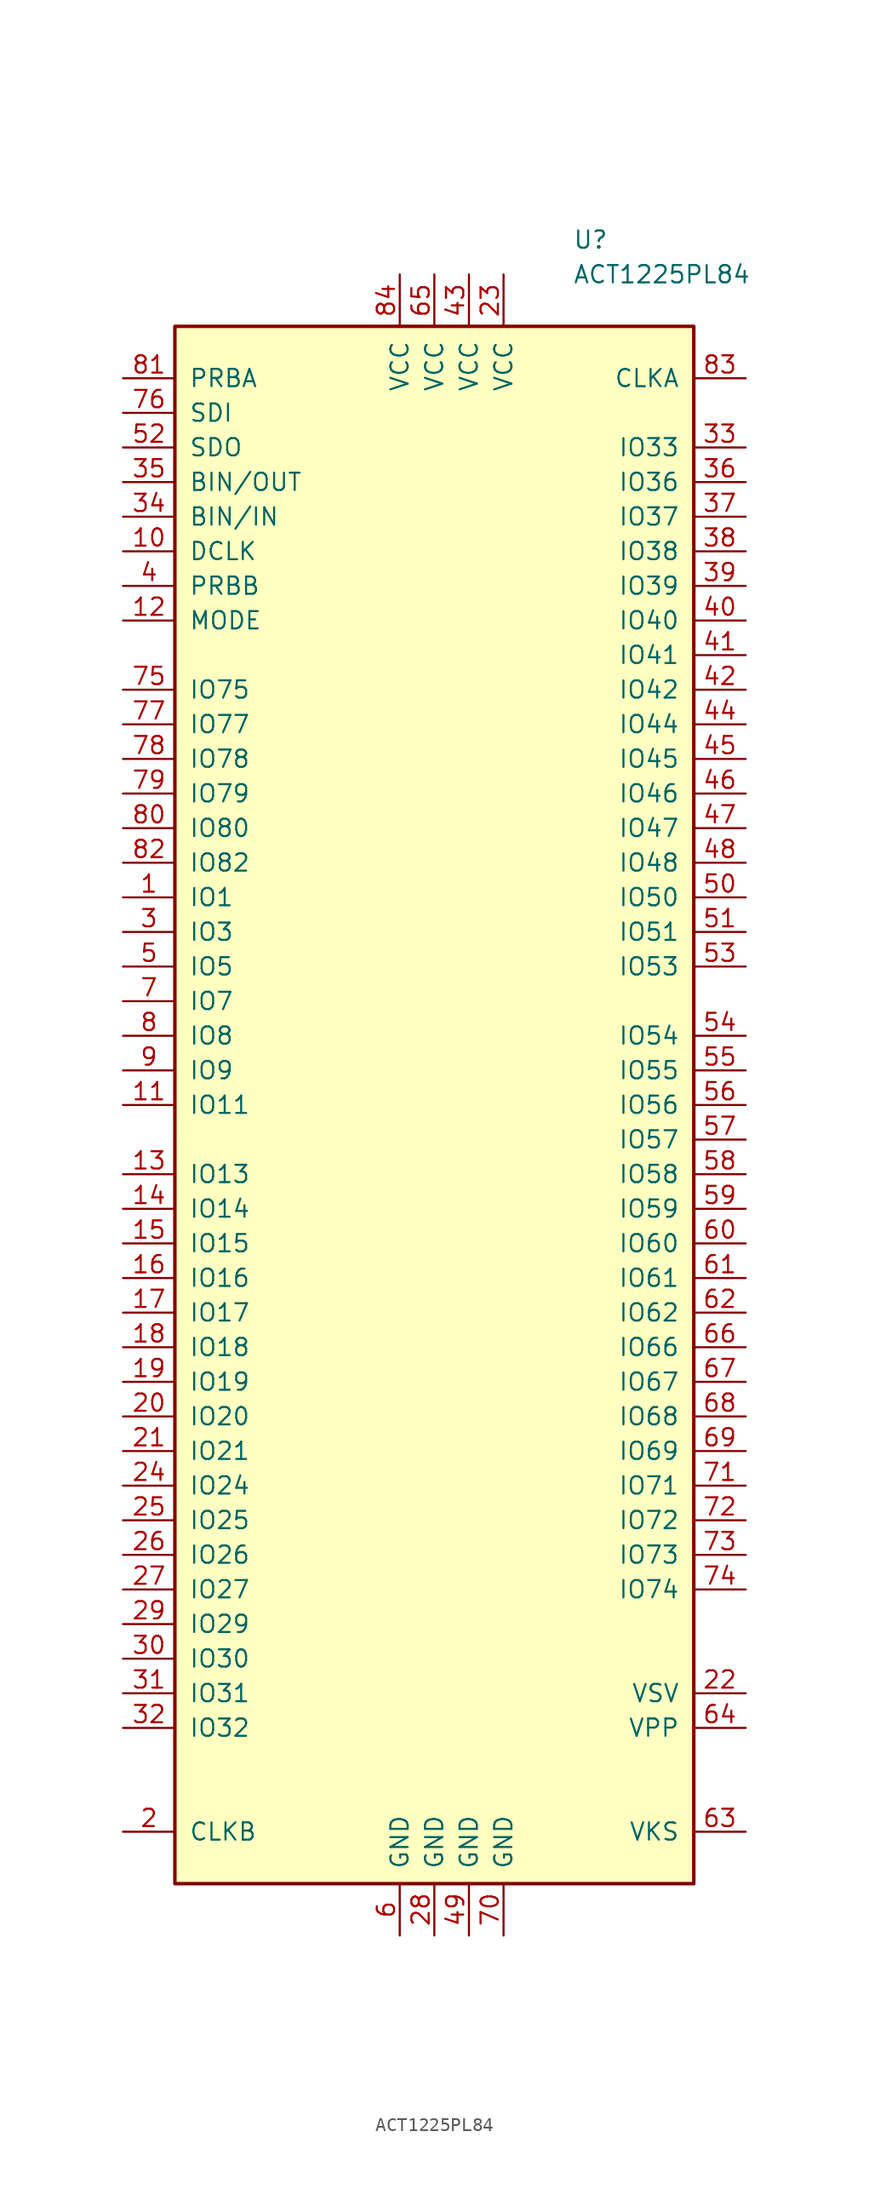
<source format=kicad_sym>
(kicad_symbol_lib
  (version 20231120)
  (generator "kicad_symbol_editor")
  (generator_version "8.0")
  (symbol "ACT1225PL84"
    (pin_names
      (offset 1.016))
    (property "Reference" "U"
      (at 10.16 63.5 0)
      (effects (font (size 1.27 1.27)) (justify left)))
    (property "Value" "ACT1225PL84"
      (at 10.16 60.96 0)
      (effects (font (size 1.27 1.27)) (justify left)))
    (symbol "ACT1225PL84_0_1"
      (rectangle (start -19.05 -57.15) (end 19.05 57.15) (stroke (width 0.254) (type default)) (fill (type background))))
    (symbol "ACT1225PL84_1_1"
      (pin input line (at -22.86 15.24 0) (length 3.81) (name "IO1" (effects (font (size 1.27 1.27)))) (number "1" (effects (font (size 1.27 1.27)))))
      (pin input line (at -22.86 40.64 0) (length 3.81) (name "DCLK" (effects (font (size 1.27 1.27)))) (number "10" (effects (font (size 1.27 1.27)))))
      (pin input line (at -22.86 0 0) (length 3.81) (name "IO11" (effects (font (size 1.27 1.27)))) (number "11" (effects (font (size 1.27 1.27)))))
      (pin input line (at -22.86 35.56 0) (length 3.81) (name "MODE" (effects (font (size 1.27 1.27)))) (number "12" (effects (font (size 1.27 1.27)))))
      (pin input line (at -22.86 -5.08 0) (length 3.81) (name "IO13" (effects (font (size 1.27 1.27)))) (number "13" (effects (font (size 1.27 1.27)))))
      (pin input line (at -22.86 -7.62 0) (length 3.81) (name "IO14" (effects (font (size 1.27 1.27)))) (number "14" (effects (font (size 1.27 1.27)))))
      (pin input line (at -22.86 -10.16 0) (length 3.81) (name "IO15" (effects (font (size 1.27 1.27)))) (number "15" (effects (font (size 1.27 1.27)))))
      (pin input line (at -22.86 -12.7 0) (length 3.81) (name "IO16" (effects (font (size 1.27 1.27)))) (number "16" (effects (font (size 1.27 1.27)))))
      (pin input line (at -22.86 -15.24 0) (length 3.81) (name "IO17" (effects (font (size 1.27 1.27)))) (number "17" (effects (font (size 1.27 1.27)))))
      (pin input line (at -22.86 -17.78 0) (length 3.81) (name "IO18" (effects (font (size 1.27 1.27)))) (number "18" (effects (font (size 1.27 1.27)))))
      (pin input line (at -22.86 -20.32 0) (length 3.81) (name "IO19" (effects (font (size 1.27 1.27)))) (number "19" (effects (font (size 1.27 1.27)))))
      (pin input line (at -22.86 -53.34 0) (length 3.81) (name "CLKB" (effects (font (size 1.27 1.27)))) (number "2" (effects (font (size 1.27 1.27)))))
      (pin input line (at -22.86 -22.86 0) (length 3.81) (name "IO20" (effects (font (size 1.27 1.27)))) (number "20" (effects (font (size 1.27 1.27)))))
      (pin input line (at -22.86 -25.4 0) (length 3.81) (name "IO21" (effects (font (size 1.27 1.27)))) (number "21" (effects (font (size 1.27 1.27)))))
      (pin passive line (at 22.86 -43.18 180) (length 3.81) (name "VSV" (effects (font (size 1.27 1.27)))) (number "22" (effects (font (size 1.27 1.27)))))
      (pin power_in line (at 5.08 60.96 270) (length 3.81) (name "VCC" (effects (font (size 1.27 1.27)))) (number "23" (effects (font (size 1.27 1.27)))))
      (pin input line (at -22.86 -27.94 0) (length 3.81) (name "IO24" (effects (font (size 1.27 1.27)))) (number "24" (effects (font (size 1.27 1.27)))))
      (pin input line (at -22.86 -30.48 0) (length 3.81) (name "IO25" (effects (font (size 1.27 1.27)))) (number "25" (effects (font (size 1.27 1.27)))))
      (pin input line (at -22.86 -33.02 0) (length 3.81) (name "IO26" (effects (font (size 1.27 1.27)))) (number "26" (effects (font (size 1.27 1.27)))))
      (pin input line (at -22.86 -35.56 0) (length 3.81) (name "IO27" (effects (font (size 1.27 1.27)))) (number "27" (effects (font (size 1.27 1.27)))))
      (pin power_in line (at 0 -60.96 90) (length 3.81) (name "GND" (effects (font (size 1.27 1.27)))) (number "28" (effects (font (size 1.27 1.27)))))
      (pin input line (at -22.86 -38.1 0) (length 3.81) (name "IO29" (effects (font (size 1.27 1.27)))) (number "29" (effects (font (size 1.27 1.27)))))
      (pin input line (at -22.86 12.7 0) (length 3.81) (name "IO3" (effects (font (size 1.27 1.27)))) (number "3" (effects (font (size 1.27 1.27)))))
      (pin input line (at -22.86 -40.64 0) (length 3.81) (name "IO30" (effects (font (size 1.27 1.27)))) (number "30" (effects (font (size 1.27 1.27)))))
      (pin input line (at -22.86 -43.18 0) (length 3.81) (name "IO31" (effects (font (size 1.27 1.27)))) (number "31" (effects (font (size 1.27 1.27)))))
      (pin input line (at -22.86 -45.72 0) (length 3.81) (name "IO32" (effects (font (size 1.27 1.27)))) (number "32" (effects (font (size 1.27 1.27)))))
      (pin input line (at 22.86 48.26 180) (length 3.81) (name "IO33" (effects (font (size 1.27 1.27)))) (number "33" (effects (font (size 1.27 1.27)))))
      (pin input line (at -22.86 43.18 0) (length 3.81) (name "BIN/IN" (effects (font (size 1.27 1.27)))) (number "34" (effects (font (size 1.27 1.27)))))
      (pin input line (at -22.86 45.72 0) (length 3.81) (name "BIN/OUT" (effects (font (size 1.27 1.27)))) (number "35" (effects (font (size 1.27 1.27)))))
      (pin input line (at 22.86 45.72 180) (length 3.81) (name "IO36" (effects (font (size 1.27 1.27)))) (number "36" (effects (font (size 1.27 1.27)))))
      (pin input line (at 22.86 43.18 180) (length 3.81) (name "IO37" (effects (font (size 1.27 1.27)))) (number "37" (effects (font (size 1.27 1.27)))))
      (pin input line (at 22.86 40.64 180) (length 3.81) (name "IO38" (effects (font (size 1.27 1.27)))) (number "38" (effects (font (size 1.27 1.27)))))
      (pin input line (at 22.86 38.1 180) (length 3.81) (name "IO39" (effects (font (size 1.27 1.27)))) (number "39" (effects (font (size 1.27 1.27)))))
      (pin input line (at -22.86 38.1 0) (length 3.81) (name "PRBB" (effects (font (size 1.27 1.27)))) (number "4" (effects (font (size 1.27 1.27)))))
      (pin input line (at 22.86 35.56 180) (length 3.81) (name "IO40" (effects (font (size 1.27 1.27)))) (number "40" (effects (font (size 1.27 1.27)))))
      (pin input line (at 22.86 33.02 180) (length 3.81) (name "IO41" (effects (font (size 1.27 1.27)))) (number "41" (effects (font (size 1.27 1.27)))))
      (pin input line (at 22.86 30.48 180) (length 3.81) (name "IO42" (effects (font (size 1.27 1.27)))) (number "42" (effects (font (size 1.27 1.27)))))
      (pin power_in line (at 2.54 60.96 270) (length 3.81) (name "VCC" (effects (font (size 1.27 1.27)))) (number "43" (effects (font (size 1.27 1.27)))))
      (pin input line (at 22.86 27.94 180) (length 3.81) (name "IO44" (effects (font (size 1.27 1.27)))) (number "44" (effects (font (size 1.27 1.27)))))
      (pin input line (at 22.86 25.4 180) (length 3.81) (name "IO45" (effects (font (size 1.27 1.27)))) (number "45" (effects (font (size 1.27 1.27)))))
      (pin input line (at 22.86 22.86 180) (length 3.81) (name "IO46" (effects (font (size 1.27 1.27)))) (number "46" (effects (font (size 1.27 1.27)))))
      (pin input line (at 22.86 20.32 180) (length 3.81) (name "IO47" (effects (font (size 1.27 1.27)))) (number "47" (effects (font (size 1.27 1.27)))))
      (pin input line (at 22.86 17.78 180) (length 3.81) (name "IO48" (effects (font (size 1.27 1.27)))) (number "48" (effects (font (size 1.27 1.27)))))
      (pin power_in line (at 2.54 -60.96 90) (length 3.81) (name "GND" (effects (font (size 1.27 1.27)))) (number "49" (effects (font (size 1.27 1.27)))))
      (pin input line (at -22.86 10.16 0) (length 3.81) (name "IO5" (effects (font (size 1.27 1.27)))) (number "5" (effects (font (size 1.27 1.27)))))
      (pin input line (at 22.86 15.24 180) (length 3.81) (name "IO50" (effects (font (size 1.27 1.27)))) (number "50" (effects (font (size 1.27 1.27)))))
      (pin input line (at 22.86 12.7 180) (length 3.81) (name "IO51" (effects (font (size 1.27 1.27)))) (number "51" (effects (font (size 1.27 1.27)))))
      (pin input line (at -22.86 48.26 0) (length 3.81) (name "SDO" (effects (font (size 1.27 1.27)))) (number "52" (effects (font (size 1.27 1.27)))))
      (pin input line (at 22.86 10.16 180) (length 3.81) (name "IO53" (effects (font (size 1.27 1.27)))) (number "53" (effects (font (size 1.27 1.27)))))
      (pin input line (at 22.86 5.08 180) (length 3.81) (name "IO54" (effects (font (size 1.27 1.27)))) (number "54" (effects (font (size 1.27 1.27)))))
      (pin input line (at 22.86 2.54 180) (length 3.81) (name "IO55" (effects (font (size 1.27 1.27)))) (number "55" (effects (font (size 1.27 1.27)))))
      (pin input line (at 22.86 0 180) (length 3.81) (name "IO56" (effects (font (size 1.27 1.27)))) (number "56" (effects (font (size 1.27 1.27)))))
      (pin input line (at 22.86 -2.54 180) (length 3.81) (name "IO57" (effects (font (size 1.27 1.27)))) (number "57" (effects (font (size 1.27 1.27)))))
      (pin input line (at 22.86 -5.08 180) (length 3.81) (name "IO58" (effects (font (size 1.27 1.27)))) (number "58" (effects (font (size 1.27 1.27)))))
      (pin input line (at 22.86 -7.62 180) (length 3.81) (name "IO59" (effects (font (size 1.27 1.27)))) (number "59" (effects (font (size 1.27 1.27)))))
      (pin power_in line (at -2.54 -60.96 90) (length 3.81) (name "GND" (effects (font (size 1.27 1.27)))) (number "6" (effects (font (size 1.27 1.27)))))
      (pin input line (at 22.86 -10.16 180) (length 3.81) (name "IO60" (effects (font (size 1.27 1.27)))) (number "60" (effects (font (size 1.27 1.27)))))
      (pin input line (at 22.86 -12.7 180) (length 3.81) (name "IO61" (effects (font (size 1.27 1.27)))) (number "61" (effects (font (size 1.27 1.27)))))
      (pin input line (at 22.86 -15.24 180) (length 3.81) (name "IO62" (effects (font (size 1.27 1.27)))) (number "62" (effects (font (size 1.27 1.27)))))
      (pin passive line (at 22.86 -53.34 180) (length 3.81) (name "VKS" (effects (font (size 1.27 1.27)))) (number "63" (effects (font (size 1.27 1.27)))))
      (pin passive line (at 22.86 -45.72 180) (length 3.81) (name "VPP" (effects (font (size 1.27 1.27)))) (number "64" (effects (font (size 1.27 1.27)))))
      (pin power_in line (at 0 60.96 270) (length 3.81) (name "VCC" (effects (font (size 1.27 1.27)))) (number "65" (effects (font (size 1.27 1.27)))))
      (pin input line (at 22.86 -17.78 180) (length 3.81) (name "IO66" (effects (font (size 1.27 1.27)))) (number "66" (effects (font (size 1.27 1.27)))))
      (pin input line (at 22.86 -20.32 180) (length 3.81) (name "IO67" (effects (font (size 1.27 1.27)))) (number "67" (effects (font (size 1.27 1.27)))))
      (pin input line (at 22.86 -22.86 180) (length 3.81) (name "IO68" (effects (font (size 1.27 1.27)))) (number "68" (effects (font (size 1.27 1.27)))))
      (pin input line (at 22.86 -25.4 180) (length 3.81) (name "IO69" (effects (font (size 1.27 1.27)))) (number "69" (effects (font (size 1.27 1.27)))))
      (pin input line (at -22.86 7.62 0) (length 3.81) (name "IO7" (effects (font (size 1.27 1.27)))) (number "7" (effects (font (size 1.27 1.27)))))
      (pin power_in line (at 5.08 -60.96 90) (length 3.81) (name "GND" (effects (font (size 1.27 1.27)))) (number "70" (effects (font (size 1.27 1.27)))))
      (pin input line (at 22.86 -27.94 180) (length 3.81) (name "IO71" (effects (font (size 1.27 1.27)))) (number "71" (effects (font (size 1.27 1.27)))))
      (pin input line (at 22.86 -30.48 180) (length 3.81) (name "IO72" (effects (font (size 1.27 1.27)))) (number "72" (effects (font (size 1.27 1.27)))))
      (pin input line (at 22.86 -33.02 180) (length 3.81) (name "IO73" (effects (font (size 1.27 1.27)))) (number "73" (effects (font (size 1.27 1.27)))))
      (pin input line (at 22.86 -35.56 180) (length 3.81) (name "IO74" (effects (font (size 1.27 1.27)))) (number "74" (effects (font (size 1.27 1.27)))))
      (pin input line (at -22.86 30.48 0) (length 3.81) (name "IO75" (effects (font (size 1.27 1.27)))) (number "75" (effects (font (size 1.27 1.27)))))
      (pin input line (at -22.86 50.8 0) (length 3.81) (name "SDI" (effects (font (size 1.27 1.27)))) (number "76" (effects (font (size 1.27 1.27)))))
      (pin input line (at -22.86 27.94 0) (length 3.81) (name "IO77" (effects (font (size 1.27 1.27)))) (number "77" (effects (font (size 1.27 1.27)))))
      (pin input line (at -22.86 25.4 0) (length 3.81) (name "IO78" (effects (font (size 1.27 1.27)))) (number "78" (effects (font (size 1.27 1.27)))))
      (pin input line (at -22.86 22.86 0) (length 3.81) (name "IO79" (effects (font (size 1.27 1.27)))) (number "79" (effects (font (size 1.27 1.27)))))
      (pin input line (at -22.86 5.08 0) (length 3.81) (name "IO8" (effects (font (size 1.27 1.27)))) (number "8" (effects (font (size 1.27 1.27)))))
      (pin input line (at -22.86 20.32 0) (length 3.81) (name "IO80" (effects (font (size 1.27 1.27)))) (number "80" (effects (font (size 1.27 1.27)))))
      (pin input line (at -22.86 53.34 0) (length 3.81) (name "PRBA" (effects (font (size 1.27 1.27)))) (number "81" (effects (font (size 1.27 1.27)))))
      (pin input line (at -22.86 17.78 0) (length 3.81) (name "IO82" (effects (font (size 1.27 1.27)))) (number "82" (effects (font (size 1.27 1.27)))))
      (pin input line (at 22.86 53.34 180) (length 3.81) (name "CLKA" (effects (font (size 1.27 1.27)))) (number "83" (effects (font (size 1.27 1.27)))))
      (pin power_in line (at -2.54 60.96 270) (length 3.81) (name "VCC" (effects (font (size 1.27 1.27)))) (number "84" (effects (font (size 1.27 1.27)))))
      (pin input line (at -22.86 2.54 0) (length 3.81) (name "IO9" (effects (font (size 1.27 1.27)))) (number "9" (effects (font (size 1.27 1.27))))))))
</source>
